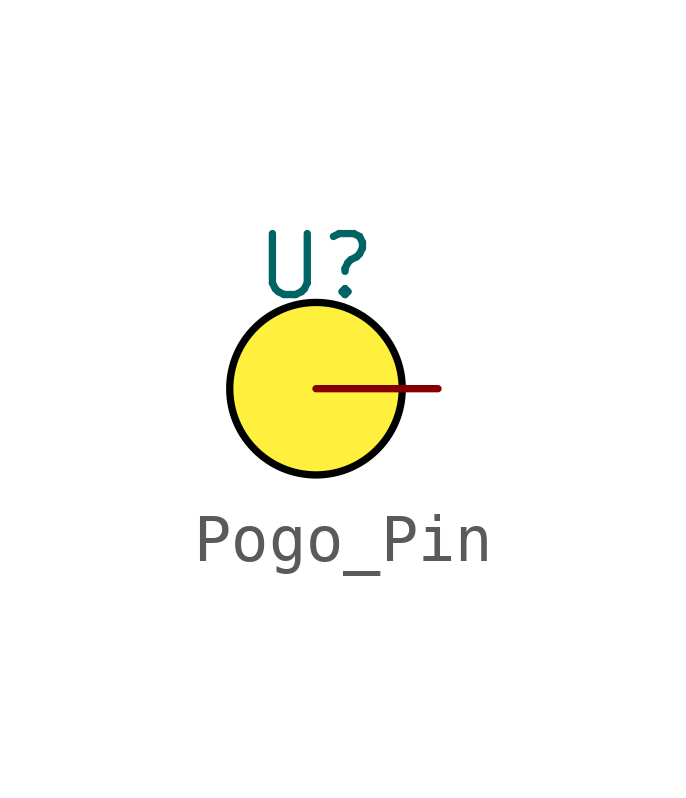
<source format=kicad_sym>
(kicad_symbol_lib
  (version 20220914)
  (generator kicad_symbol_editor)
  (symbol "Pogo_Pin"
    (property "Reference" "U"
      (at 0 2.54 0)
      (effects (font (size 1.27 1.27))))
    (property "Value" ""
      (at 0 0 0)
      (effects (font (size 1.27 1.27))))
    (symbol "Pogo_Pin_1_1"
      (circle (center 0 0) (radius 1.796) (stroke (width 0) (type default) (color 0 0 0 1)) (fill (type color) (color 255 240 62 1)))
      (pin bidirectional line (at 2.54 0 180) (length 2.54) (name "" (effects (font (size 1.27 1.27)))) (number "1" (effects (font (size 0 0))))))))
</source>
